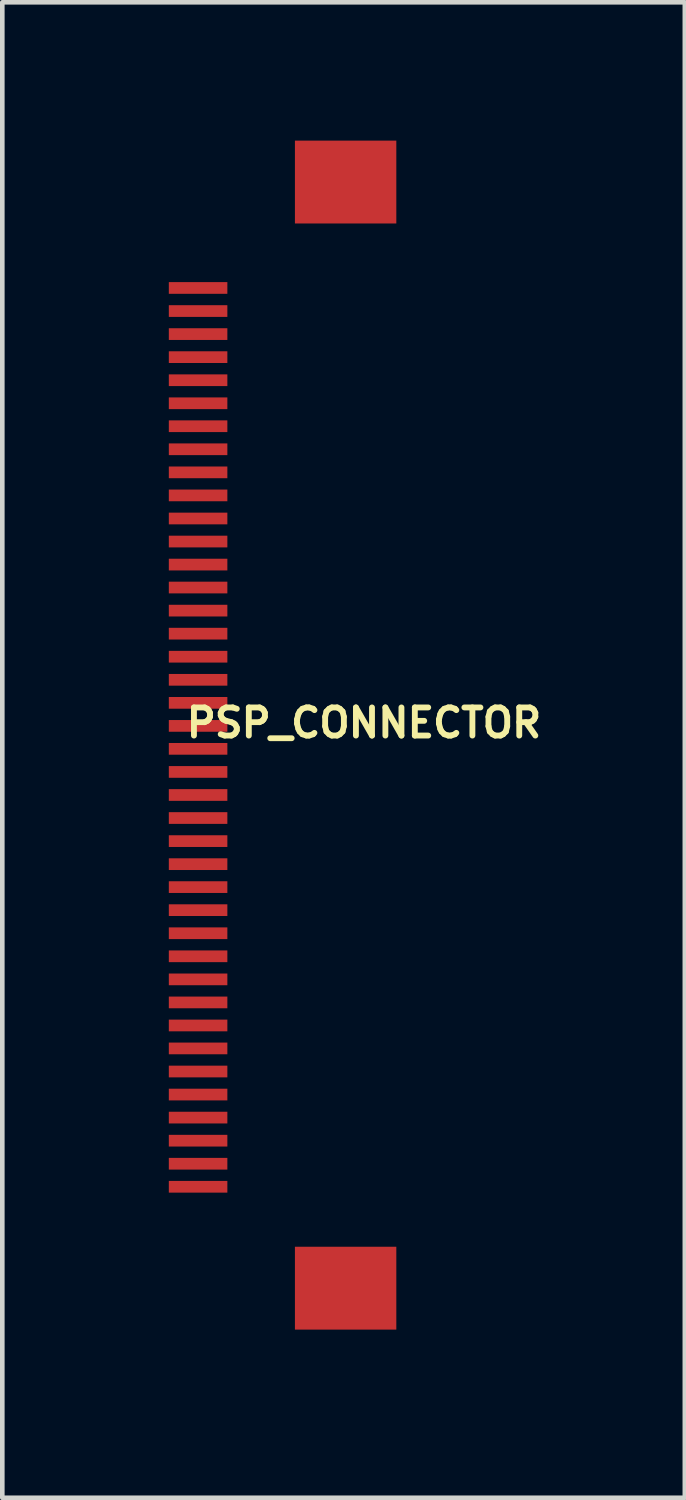
<source format=kicad_pcb>
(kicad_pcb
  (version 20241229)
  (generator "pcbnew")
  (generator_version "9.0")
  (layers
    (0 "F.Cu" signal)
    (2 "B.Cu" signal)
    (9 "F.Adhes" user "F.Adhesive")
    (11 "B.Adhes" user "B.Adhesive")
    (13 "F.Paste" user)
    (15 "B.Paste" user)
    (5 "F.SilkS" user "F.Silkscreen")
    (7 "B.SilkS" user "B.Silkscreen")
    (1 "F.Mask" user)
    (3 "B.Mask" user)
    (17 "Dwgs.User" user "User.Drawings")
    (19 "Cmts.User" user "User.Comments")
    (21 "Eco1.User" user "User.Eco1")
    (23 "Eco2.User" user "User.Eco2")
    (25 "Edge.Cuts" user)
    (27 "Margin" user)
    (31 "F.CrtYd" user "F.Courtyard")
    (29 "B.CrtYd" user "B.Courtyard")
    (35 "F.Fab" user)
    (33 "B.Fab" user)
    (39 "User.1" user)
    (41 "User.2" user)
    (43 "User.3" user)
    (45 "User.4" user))
  (footprint "PSP_CONNECTOR"
    (layer "F.Cu")
    (at 0.25 26.198)
    (property "Reference" "PSP_CONNECTOR" (at 4.597 -13.564 0) (layer "F.SilkS") (effects (font (size 0.61 0.61) (thickness 0.127))))
    (attr smd)
    (pad "." smd rect (at 4.399 -25.298 180) (size 0.001 0.001) (layers "B.Cu" "B.Mask"))
    (pad "AVDD" smd rect (at 0.998 -5.999 90) (size 0.254 1.27) (layers "F.Cu" "F.Mask" "F.Paste"))
    (pad "AVDD" smd rect (at 0.998 -5.499 270) (size 0.254 1.27) (layers "F.Cu" "F.Mask" "F.Paste"))
    (pad "B0" smd rect (at 0.998 -13 270) (size 0.254 1.27) (layers "F.Cu" "F.Mask" "F.Paste"))
    (pad "B1" smd rect (at 0.998 -12.499 270) (size 0.254 1.27) (layers "F.Cu" "F.Mask" "F.Paste"))
    (pad "B2" smd rect (at 0.998 -11.999 90) (size 0.254 1.27) (layers "F.Cu" "F.Mask" "F.Paste"))
    (pad "B3" smd rect (at 0.998 -11.499 270) (size 0.254 1.27) (layers "F.Cu" "F.Mask" "F.Paste"))
    (pad "B4" smd rect (at 0.998 -10.998 270) (size 0.254 1.27) (layers "F.Cu" "F.Mask" "F.Paste"))
    (pad "B5" smd rect (at 0.998 -10.498 270) (size 0.254 1.27) (layers "F.Cu" "F.Mask" "F.Paste"))
    (pad "B6" smd rect (at 0.998 -10 90) (size 0.254 1.27) (layers "F.Cu" "F.Mask" "F.Paste"))
    (pad "B7" smd rect (at 0.998 -9.5 270) (size 0.254 1.27) (layers "F.Cu" "F.Mask" "F.Paste"))
    (pad "CK" smd rect (at 0.998 -8.499 270) (size 0.254 1.27) (layers "F.Cu" "F.Mask" "F.Paste"))
    (pad "DISP" smd rect (at 0.998 -7.998 90) (size 0.254 1.27) (layers "F.Cu" "F.Mask" "F.Paste"))
    (pad "G0" smd rect (at 0.998 -16.998 270) (size 0.254 1.27) (layers "F.Cu" "F.Mask" "F.Paste"))
    (pad "G1" smd rect (at 0.998 -16.5 270) (size 0.254 1.27) (layers "F.Cu" "F.Mask" "F.Paste"))
    (pad "G2" smd rect (at 0.998 -15.999 90) (size 0.254 1.27) (layers "F.Cu" "F.Mask" "F.Paste"))
    (pad "G3" smd rect (at 0.998 -15.499 270) (size 0.254 1.27) (layers "F.Cu" "F.Mask" "F.Paste"))
    (pad "G4" smd rect (at 0.998 -14.999 270) (size 0.254 1.27) (layers "F.Cu" "F.Mask" "F.Paste"))
    (pad "G5" smd rect (at 0.998 -14.498 270) (size 0.254 1.27) (layers "F.Cu" "F.Mask" "F.Paste"))
    (pad "G6" smd rect (at 0.998 -13.998 90) (size 0.254 1.27) (layers "F.Cu" "F.Mask" "F.Paste"))
    (pad "G7" smd rect (at 0.998 -13.498 270) (size 0.254 1.27) (layers "F.Cu" "F.Mask" "F.Paste"))
    (pad "GND" smd rect (at 0.998 -23 270) (size 0.254 1.27) (layers "F.Cu" "F.Mask" "F.Paste"))
    (pad "GND2" smd rect (at 0.998 -22.499 270) (size 0.254 1.27) (layers "F.Cu" "F.Mask" "F.Paste"))
    (pad "GND3" smd rect (at 0.998 -8.999 270) (size 0.254 1.27) (layers "F.Cu" "F.Mask" "F.Paste"))
    (pad "GND4" smd rect (at 4.199 -25.298) (size 2.2 1.798) (layers "F.Cu" "F.Mask" "F.Paste"))
    (pad "GND5" smd rect (at 4.199 -1.298) (size 2.2 1.798) (layers "F.Cu" "F.Mask" "F.Paste"))
    (pad "HSYN" smd rect (at 0.998 -7.498 270) (size 0.254 1.27) (layers "F.Cu" "F.Mask" "F.Paste"))
    (pad "NC" smd rect (at 0.998 -6.5 270) (size 0.254 1.27) (layers "F.Cu" "F.Mask" "F.Paste"))
    (pad "NC2" smd rect (at 0.998 -4.999 270) (size 0.254 1.27) (layers "F.Cu" "F.Mask" "F.Paste"))
    (pad "R0" smd rect (at 0.998 -20.998 270) (size 0.254 1.27) (layers "F.Cu" "F.Mask" "F.Paste"))
    (pad "R1" smd rect (at 0.998 -20.498 270) (size 0.254 1.27) (layers "F.Cu" "F.Mask" "F.Paste"))
    (pad "R2" smd rect (at 0.998 -20 90) (size 0.254 1.27) (layers "F.Cu" "F.Mask" "F.Paste"))
    (pad "R3" smd rect (at 0.998 -19.5 270) (size 0.254 1.27) (layers "F.Cu" "F.Mask" "F.Paste"))
    (pad "R4" smd rect (at 0.998 -18.999 270) (size 0.254 1.27) (layers "F.Cu" "F.Mask" "F.Paste"))
    (pad "R5" smd rect (at 0.998 -18.499 270) (size 0.254 1.27) (layers "F.Cu" "F.Mask" "F.Paste"))
    (pad "R6" smd rect (at 0.998 -17.998 90) (size 0.254 1.27) (layers "F.Cu" "F.Mask" "F.Paste"))
    (pad "R7" smd rect (at 0.998 -17.498 270) (size 0.254 1.27) (layers "F.Cu" "F.Mask" "F.Paste"))
    (pad "TEST" smd rect (at 0.998 -4.498 270) (size 0.254 1.27) (layers "F.Cu" "F.Mask" "F.Paste"))
    (pad "TEST" smd rect (at 0.998 -3.998 90) (size 0.254 1.27) (layers "F.Cu" "F.Mask" "F.Paste"))
    (pad "TEST" smd rect (at 0.998 -3.498 270) (size 0.254 1.27) (layers "F.Cu" "F.Mask" "F.Paste"))
    (pad "VCC" smd rect (at 0.998 -21.999 90) (size 0.254 1.27) (layers "F.Cu" "F.Mask" "F.Paste"))
    (pad "VCC2" smd rect (at 0.998 -21.499 270) (size 0.254 1.27) (layers "F.Cu" "F.Mask" "F.Paste"))
    (pad "VSYN" smd rect (at 0.998 -6.998 270) (size 0.254 1.27) (layers "F.Cu" "F.Mask" "F.Paste")))
  (gr_rect
    (start -3 -3)
    (end 11.809 29.448)
    (stroke (width 0.1) (type default))
    (fill no)
    (layer "Edge.Cuts")))
</source>
